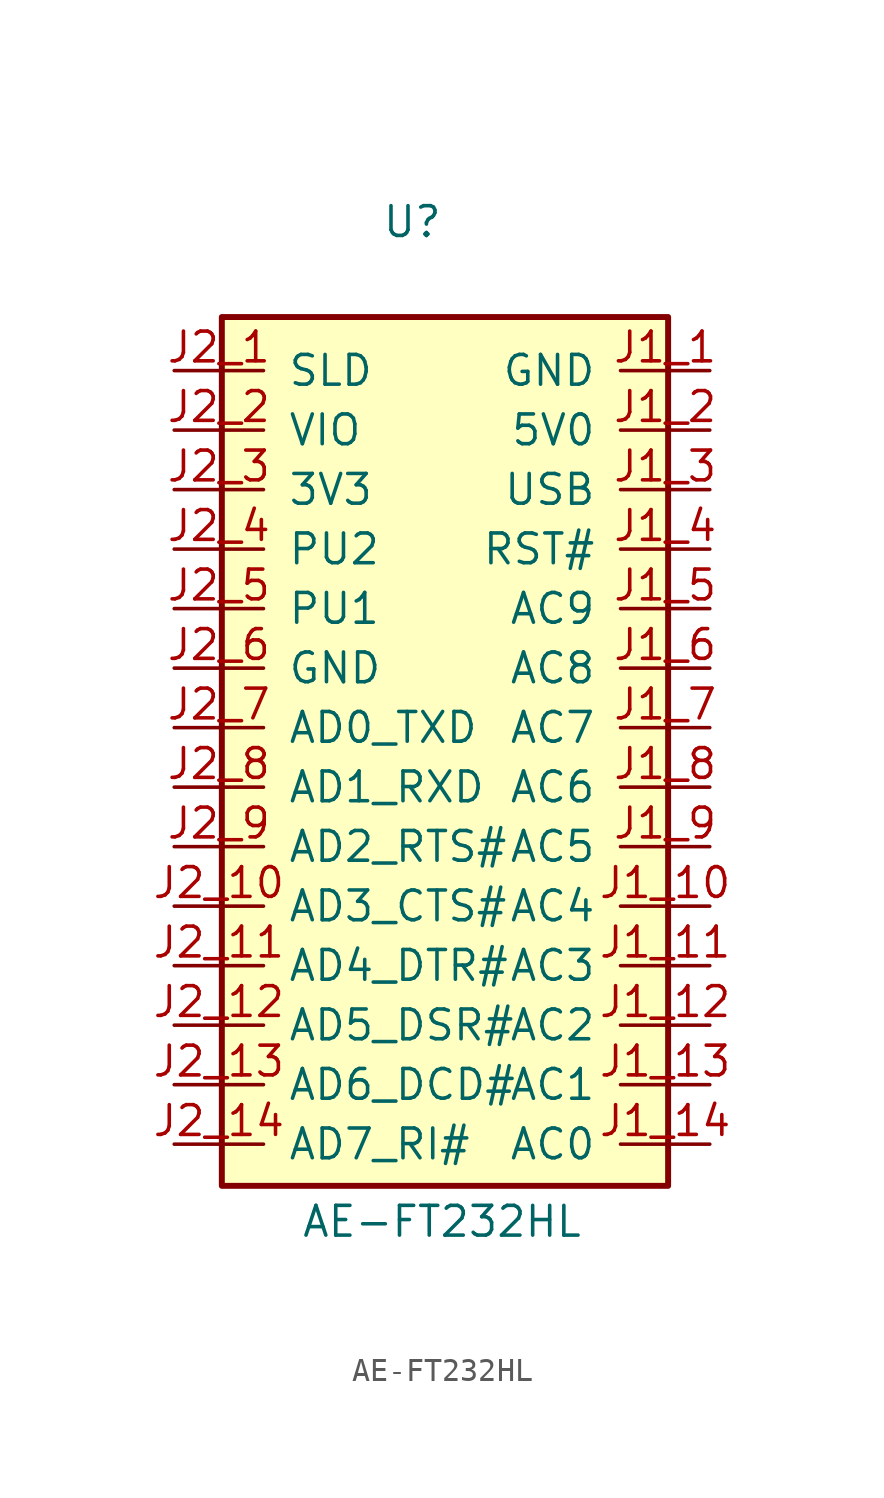
<source format=kicad_sym>
(kicad_symbol_lib
  (version 20211014)
  (generator kicad_symbol_editor)
  (symbol "AE-FT232HL"
    (pin_names
      (offset 1.016))
    (property "Reference" "U"
      (at -1.27 21.59 0)
      (effects (font (size 1.27 1.27))))
    (property "Value" "AE-FT232HL"
      (at 0 -21.082 0)
      (effects (font (size 1.27 1.27))))
    (symbol "AE-FT232HL_1_1"
      (rectangle (start -9.398 17.526) (end 9.652 -19.558) (stroke (width 0.254) (type default) (color 0 0 0 0)) (fill (type background)))
      (pin power_in line (at 11.43 15.24 180) (length 3.81) (name "GND" (effects (font (size 1.27 1.27)))) (number "J1_1" (effects (font (size 1.27 1.27)))))
      (pin bidirectional line (at 11.43 -7.62 180) (length 3.81) (name "AC4" (effects (font (size 1.27 1.27)))) (number "J1_10" (effects (font (size 1.27 1.27)))))
      (pin bidirectional line (at 11.43 -10.16 180) (length 3.81) (name "AC3" (effects (font (size 1.27 1.27)))) (number "J1_11" (effects (font (size 1.27 1.27)))))
      (pin bidirectional line (at 11.43 -12.7 180) (length 3.81) (name "AC2" (effects (font (size 1.27 1.27)))) (number "J1_12" (effects (font (size 1.27 1.27)))))
      (pin bidirectional line (at 11.43 -15.24 180) (length 3.81) (name "AC1" (effects (font (size 1.27 1.27)))) (number "J1_13" (effects (font (size 1.27 1.27)))))
      (pin bidirectional line (at 11.43 -17.78 180) (length 3.81) (name "AC0" (effects (font (size 1.27 1.27)))) (number "J1_14" (effects (font (size 1.27 1.27)))))
      (pin power_in line (at 11.43 12.7 180) (length 3.81) (name "5V0" (effects (font (size 1.27 1.27)))) (number "J1_2" (effects (font (size 1.27 1.27)))))
      (pin power_out line (at 11.43 10.16 180) (length 3.81) (name "USB" (effects (font (size 1.27 1.27)))) (number "J1_3" (effects (font (size 1.27 1.27)))))
      (pin input line (at 11.43 7.62 180) (length 3.81) (name "RST#" (effects (font (size 1.27 1.27)))) (number "J1_4" (effects (font (size 1.27 1.27)))))
      (pin bidirectional line (at 11.43 5.08 180) (length 3.81) (name "AC9" (effects (font (size 1.27 1.27)))) (number "J1_5" (effects (font (size 1.27 1.27)))))
      (pin bidirectional line (at 11.43 2.54 180) (length 3.81) (name "AC8" (effects (font (size 1.27 1.27)))) (number "J1_6" (effects (font (size 1.27 1.27)))))
      (pin bidirectional line (at 11.43 0 180) (length 3.81) (name "AC7" (effects (font (size 1.27 1.27)))) (number "J1_7" (effects (font (size 1.27 1.27)))))
      (pin bidirectional line (at 11.43 -2.54 180) (length 3.81) (name "AC6" (effects (font (size 1.27 1.27)))) (number "J1_8" (effects (font (size 1.27 1.27)))))
      (pin bidirectional line (at 11.43 -5.08 180) (length 3.81) (name "AC5" (effects (font (size 1.27 1.27)))) (number "J1_9" (effects (font (size 1.27 1.27)))))
      (pin passive line (at -11.43 15.24 0) (length 3.81) (name "SLD" (effects (font (size 1.27 1.27)))) (number "J2_1" (effects (font (size 1.27 1.27)))))
      (pin input line (at -11.43 -7.62 0) (length 3.81) (name "AD3_CTS#" (effects (font (size 1.27 1.27)))) (number "J2_10" (effects (font (size 1.27 1.27)))))
      (pin output line (at -11.43 -10.16 0) (length 3.81) (name "AD4_DTR#" (effects (font (size 1.27 1.27)))) (number "J2_11" (effects (font (size 1.27 1.27)))))
      (pin input line (at -11.43 -12.7 0) (length 3.81) (name "AD5_DSR#" (effects (font (size 1.27 1.27)))) (number "J2_12" (effects (font (size 1.27 1.27)))))
      (pin input line (at -11.43 -15.24 0) (length 3.81) (name "AD6_DCD#" (effects (font (size 1.27 1.27)))) (number "J2_13" (effects (font (size 1.27 1.27)))))
      (pin input line (at -11.43 -17.78 0) (length 3.81) (name "AD7_RI#" (effects (font (size 1.27 1.27)))) (number "J2_14" (effects (font (size 1.27 1.27)))))
      (pin power_in line (at -11.43 12.7 0) (length 3.81) (name "VIO" (effects (font (size 1.27 1.27)))) (number "J2_2" (effects (font (size 1.27 1.27)))))
      (pin power_out line (at -11.43 10.16 0) (length 3.81) (name "3V3" (effects (font (size 1.27 1.27)))) (number "J2_3" (effects (font (size 1.27 1.27)))))
      (pin passive line (at -11.43 7.62 0) (length 3.81) (name "PU2" (effects (font (size 1.27 1.27)))) (number "J2_4" (effects (font (size 1.27 1.27)))))
      (pin passive line (at -11.43 5.08 0) (length 3.81) (name "PU1" (effects (font (size 1.27 1.27)))) (number "J2_5" (effects (font (size 1.27 1.27)))))
      (pin power_in line (at -11.43 2.54 0) (length 3.81) (name "GND" (effects (font (size 1.27 1.27)))) (number "J2_6" (effects (font (size 1.27 1.27)))))
      (pin output line (at -11.43 0 0) (length 3.81) (name "AD0_TXD" (effects (font (size 1.27 1.27)))) (number "J2_7" (effects (font (size 1.27 1.27)))))
      (pin input line (at -11.43 -2.54 0) (length 3.81) (name "AD1_RXD" (effects (font (size 1.27 1.27)))) (number "J2_8" (effects (font (size 1.27 1.27)))))
      (pin bidirectional line (at -11.43 -5.08 0) (length 3.81) (name "AD2_RTS#" (effects (font (size 1.27 1.27)))) (number "J2_9" (effects (font (size 1.27 1.27))))))))
</source>
